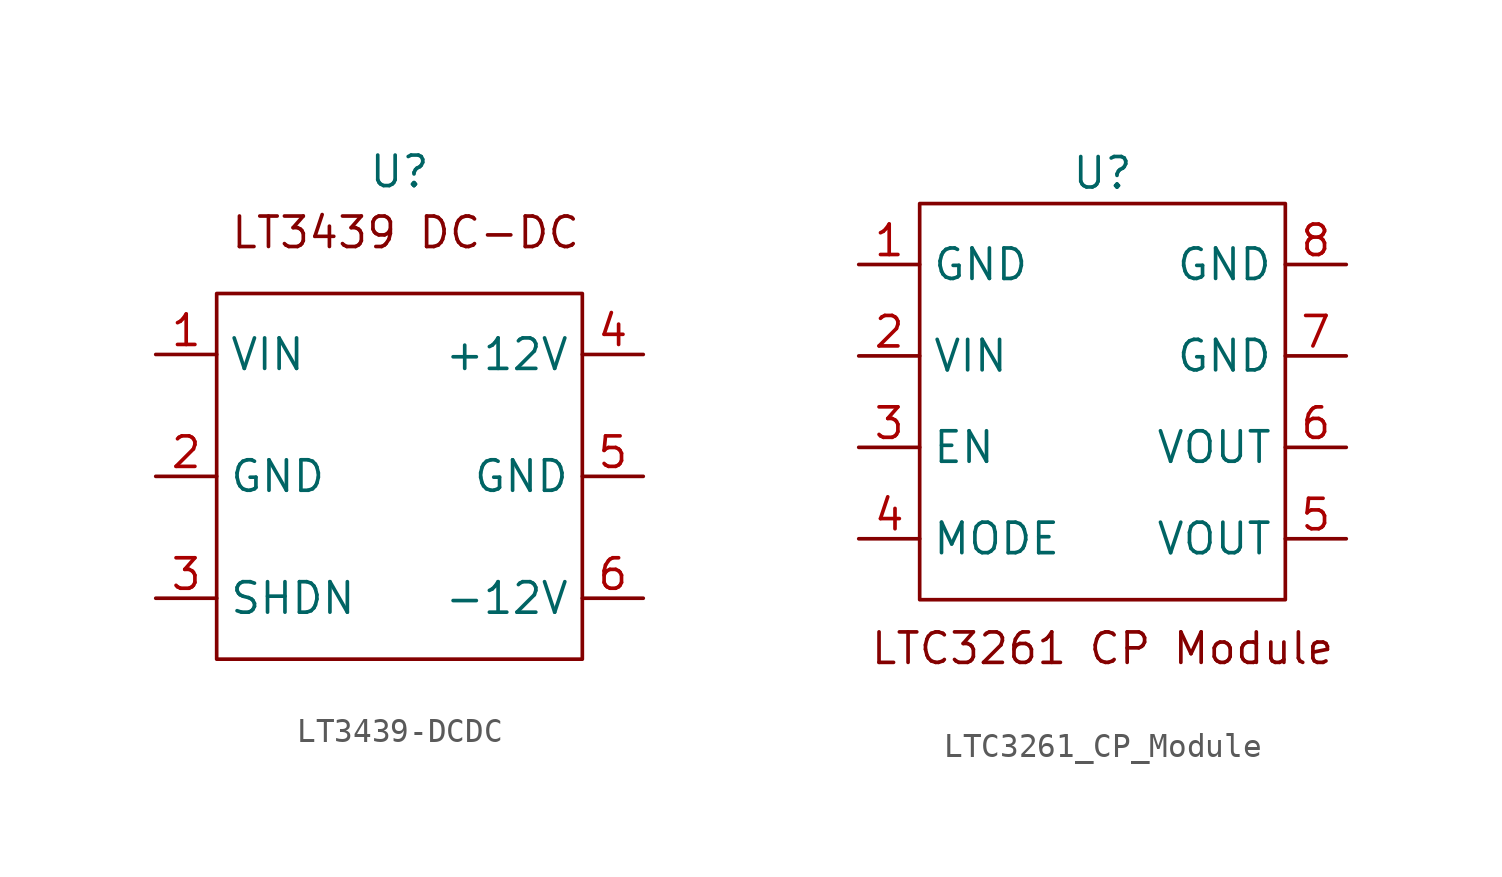
<source format=kicad_sym>
(kicad_symbol_lib
  (version 20241209)
  (generator "kicad_symbol_editor")
  (generator_version "9.0")
  (symbol "LT3439-DCDC"
    (property "Reference" "U"
      (at 0 0 0)
      (effects (font (size 1.27 1.27))))
    (property "Value" ""
      (at 0 0 0)
      (effects (font (size 1.27 1.27))))
    (symbol "LT3439-DCDC_0_1"
      (rectangle (start -7.62 -5.08) (end 7.62 -20.32) (stroke (width 0) (type default)) (fill (type none))))
    (symbol "LT3439-DCDC_1_1"
      (text "LT3439 DC-DC" (at 0.254 -2.54 0) (effects (font (size 1.27 1.27))))
      (pin power_in line (at -10.16 -7.62 0) (length 2.54) (name "VIN" (effects (font (size 1.27 1.27)))) (number "1" (effects (font (size 1.27 1.27)))))
      (pin power_in line (at -10.16 -12.7 0) (length 2.54) (name "GND" (effects (font (size 1.27 1.27)))) (number "2" (effects (font (size 1.27 1.27)))))
      (pin power_in line (at -10.16 -17.78 0) (length 2.54) (name "SHDN" (effects (font (size 1.27 1.27)))) (number "3" (effects (font (size 1.27 1.27)))))
      (pin power_in line (at 10.16 -7.62 180) (length 2.54) (name "+12V" (effects (font (size 1.27 1.27)))) (number "4" (effects (font (size 1.27 1.27)))))
      (pin power_in line (at 10.16 -12.7 180) (length 2.54) (name "GND" (effects (font (size 1.27 1.27)))) (number "5" (effects (font (size 1.27 1.27)))))
      (pin power_in line (at 10.16 -17.78 180) (length 2.54) (name "-12V" (effects (font (size 1.27 1.27)))) (number "6" (effects (font (size 1.27 1.27)))))))
  (symbol "LTC3261_CP_Module"
    (property "Reference" "U"
      (at 0 0 0)
      (effects (font (size 1.27 1.27))))
    (property "Value" ""
      (at 0 0 0)
      (effects (font (size 1.27 1.27))))
    (symbol "LTC3261_CP_Module_0_1"
      (rectangle (start -7.62 -1.27) (end 7.62 -17.78) (stroke (width 0) (type default)) (fill (type none))))
    (symbol "LTC3261_CP_Module_1_1"
      (text "LTC3261 CP Module" (at 0 -19.812 0) (effects (font (size 1.27 1.27))))
      (pin power_in line (at -10.16 -3.81 0) (length 2.54) (name "GND" (effects (font (size 1.27 1.27)))) (number "1" (effects (font (size 1.27 1.27)))))
      (pin power_in line (at -10.16 -7.62 0) (length 2.54) (name "VIN" (effects (font (size 1.27 1.27)))) (number "2" (effects (font (size 1.27 1.27)))))
      (pin input line (at -10.16 -11.43 0) (length 2.54) (name "EN" (effects (font (size 1.27 1.27)))) (number "3" (effects (font (size 1.27 1.27)))))
      (pin input line (at -10.16 -15.24 0) (length 2.54) (name "MODE" (effects (font (size 1.27 1.27)))) (number "4" (effects (font (size 1.27 1.27)))))
      (pin power_in line (at 10.16 -3.81 180) (length 2.54) (name "GND" (effects (font (size 1.27 1.27)))) (number "8" (effects (font (size 1.27 1.27)))))
      (pin power_in line (at 10.16 -7.62 180) (length 2.54) (name "GND" (effects (font (size 1.27 1.27)))) (number "7" (effects (font (size 1.27 1.27)))))
      (pin power_in line (at 10.16 -11.43 180) (length 2.54) (name "VOUT" (effects (font (size 1.27 1.27)))) (number "6" (effects (font (size 1.27 1.27)))))
      (pin power_in line (at 10.16 -15.24 180) (length 2.54) (name "VOUT" (effects (font (size 1.27 1.27)))) (number "5" (effects (font (size 1.27 1.27))))))))
</source>
